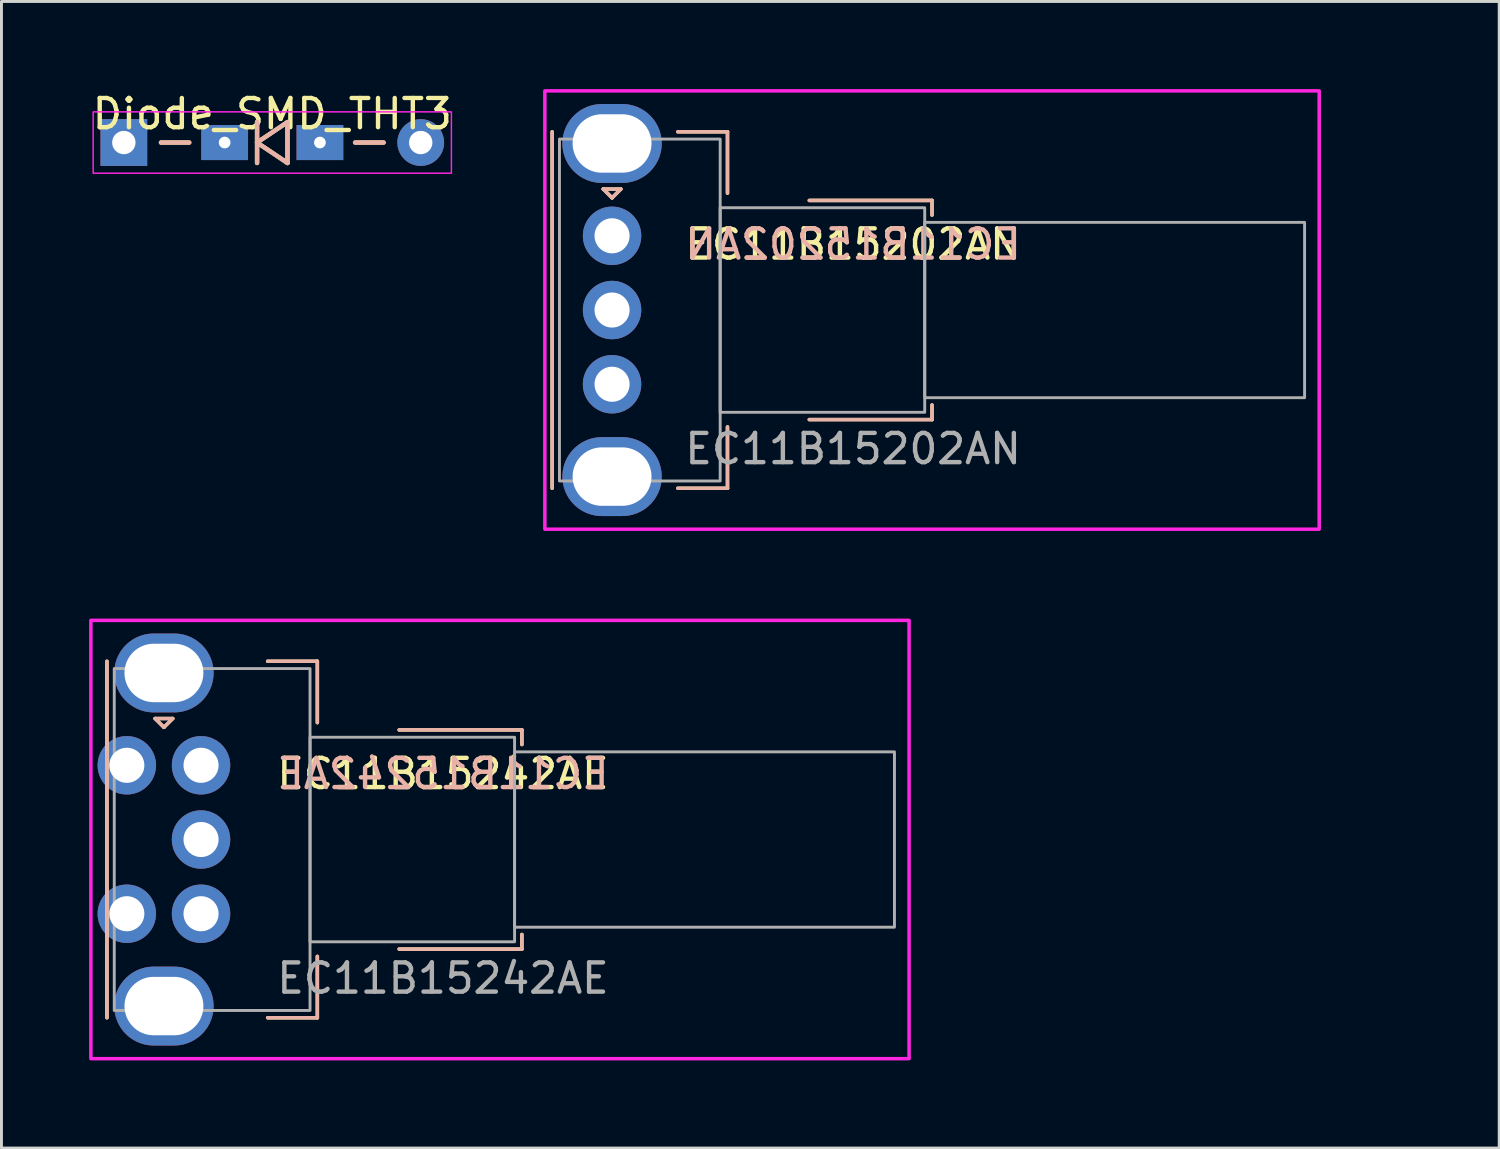
<source format=kicad_pcb>
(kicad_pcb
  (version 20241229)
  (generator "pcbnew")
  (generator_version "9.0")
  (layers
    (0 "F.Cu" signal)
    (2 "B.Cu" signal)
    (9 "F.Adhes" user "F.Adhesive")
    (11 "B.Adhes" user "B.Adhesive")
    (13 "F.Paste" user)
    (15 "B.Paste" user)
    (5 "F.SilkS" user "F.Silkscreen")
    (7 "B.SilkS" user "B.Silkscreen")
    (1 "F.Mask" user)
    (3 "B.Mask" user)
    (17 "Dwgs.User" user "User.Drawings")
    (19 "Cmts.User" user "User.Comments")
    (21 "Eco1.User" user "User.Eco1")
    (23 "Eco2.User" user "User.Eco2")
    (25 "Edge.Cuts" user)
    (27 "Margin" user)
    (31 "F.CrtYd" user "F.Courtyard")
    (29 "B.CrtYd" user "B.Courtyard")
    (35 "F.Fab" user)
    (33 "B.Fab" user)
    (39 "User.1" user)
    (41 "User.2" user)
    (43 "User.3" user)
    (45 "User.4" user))
  (footprint "EC11B15202AN"
    (layer "F.Cu")
    (at 17.896 7.56)
    (property "Reference" "EC11B15202AN" (at 8.25 -2.25 0) (unlocked yes) (layer "F.SilkS") (effects (font (size 1 1) (thickness 0.15))))
    (fp_line (start -2.05 -6.1) (end -2.05 6.1) (stroke (width 0.12) (type solid)) (layer "F.SilkS"))
    (fp_line (start -0.3 -4.14) (end 0.3 -4.14) (stroke (width 0.12) (type solid)) (layer "F.SilkS"))
    (fp_line (start 0 -3.84) (end -0.3 -4.14) (stroke (width 0.12) (type solid)) (layer "F.SilkS"))
    (fp_line (start 0.3 -4.14) (end 0 -3.84) (stroke (width 0.12) (type solid)) (layer "F.SilkS"))
    (fp_line (start 2.25 -6.1) (end 3.95 -6.1) (stroke (width 0.12) (type solid)) (layer "F.SilkS"))
    (fp_line (start 3.95 -6.1) (end 3.95 -4) (stroke (width 0.12) (type solid)) (layer "F.SilkS"))
    (fp_line (start 3.95 4) (end 3.95 6.1) (stroke (width 0.12) (type solid)) (layer "F.SilkS"))
    (fp_line (start 3.95 6.1) (end 2.25 6.1) (stroke (width 0.12) (type solid)) (layer "F.SilkS"))
    (fp_line (start 6.75 -3.75) (end 10.95 -3.75) (stroke (width 0.12) (type solid)) (layer "F.SilkS"))
    (fp_line (start 6.75 3.75) (end 10.95 3.75) (stroke (width 0.12) (type solid)) (layer "F.SilkS"))
    (fp_line (start 10.95 -3.75) (end 10.95 -3.25) (stroke (width 0.12) (type solid)) (layer "F.SilkS"))
    (fp_line (start 10.95 3.75) (end 10.95 3.25) (stroke (width 0.12) (type solid)) (layer "F.SilkS"))
    (fp_line (start -2.05 -6.1) (end -2.05 6.1) (stroke (width 0.12) (type solid)) (layer "B.SilkS"))
    (fp_line (start -0.3 -4.14) (end 0.3 -4.14) (stroke (width 0.12) (type solid)) (layer "B.SilkS"))
    (fp_line (start 0 -3.84) (end -0.3 -4.14) (stroke (width 0.12) (type solid)) (layer "B.SilkS"))
    (fp_line (start 0.3 -4.14) (end 0 -3.84) (stroke (width 0.12) (type solid)) (layer "B.SilkS"))
    (fp_line (start 2.25 -6.1) (end 3.95 -6.1) (stroke (width 0.12) (type solid)) (layer "B.SilkS"))
    (fp_line (start 3.95 -6.1) (end 3.95 -4) (stroke (width 0.12) (type solid)) (layer "B.SilkS"))
    (fp_line (start 3.95 4) (end 3.95 6.1) (stroke (width 0.12) (type solid)) (layer "B.SilkS"))
    (fp_line (start 3.95 6.1) (end 2.25 6.1) (stroke (width 0.12) (type solid)) (layer "B.SilkS"))
    (fp_line (start 6.75 -3.75) (end 10.95 -3.75) (stroke (width 0.12) (type solid)) (layer "B.SilkS"))
    (fp_line (start 6.75 3.75) (end 10.95 3.75) (stroke (width 0.12) (type solid)) (layer "B.SilkS"))
    (fp_line (start 10.95 -3.75) (end 10.95 -3.25) (stroke (width 0.12) (type solid)) (layer "B.SilkS"))
    (fp_line (start 10.95 3.75) (end 10.95 3.25) (stroke (width 0.12) (type solid)) (layer "B.SilkS"))
    (fp_rect (start 10.7 -6.9) (end 27.3 6.9) (stroke (width 0.12) (type solid)) (fill no) (layer "Eco2.User"))
    (fp_rect (start -2.3 -7.5) (end 24.2 7.5) (stroke (width 0.12) (type solid)) (fill no) (layer "F.CrtYd"))
    (fp_rect (start -1.8 -5.85) (end 3.7 5.85) (stroke (width 0.1) (type solid)) (fill no) (layer "F.Fab"))
    (fp_rect (start 3.7 -3.5) (end 10.7 3.5) (stroke (width 0.1) (type solid)) (fill no) (layer "F.Fab"))
    (fp_rect (start 10.7 -3) (end 23.7 3) (stroke (width 0.1) (type solid)) (fill no) (layer "F.Fab"))
    (fp_text user "${REFERENCE}" (at 8.25 -2.25 0) (unlocked yes) (layer "B.SilkS") (effects (font (size 1 1) (thickness 0.15)) (justify mirror)))
    (fp_text user "${REFERENCE}" (at 8.25 4.75 0) (layer "F.Fab") (effects (font (size 1 1) (thickness 0.15))))
    (pad "A" thru_hole circle (at 0 -2.54) (size 2 2) (drill 1.2) (layers "*.Cu" "*.Mask"))
    (pad "B" thru_hole circle (at 0 2.54) (size 2 2) (drill 1.2) (layers "*.Cu" "*.Mask"))
    (pad "C" thru_hole circle (at 0 0) (size 2 2) (drill 1.2) (layers "*.Cu" "*.Mask"))
    (pad "MP" thru_hole oval (at 0 -5.7) (size 3.4 2.7) (drill oval 2.7 2) (layers "*.Cu" "*.Mask"))
    (pad "MP" thru_hole oval (at 0 5.7) (size 3.4 2.7) (drill oval 2.7 2) (layers "*.Cu" "*.Mask")))
  (footprint "EC11B15242AE"
    (layer "F.Cu")
    (at 2.56 25.68)
    (property "Reference" "EC11B15242AE" (at 9.55 -2.25 0) (unlocked yes) (layer "F.SilkS") (effects (font (size 1 1) (thickness 0.15))))
    (fp_line (start -1.95 -6.1) (end -1.95 6.1) (stroke (width 0.12) (type solid)) (layer "F.SilkS"))
    (fp_line (start -0.3 -4.14) (end 0.3 -4.14) (stroke (width 0.12) (type solid)) (layer "F.SilkS"))
    (fp_line (start 0 -3.84) (end -0.3 -4.14) (stroke (width 0.12) (type solid)) (layer "F.SilkS"))
    (fp_line (start 0.3 -4.14) (end 0 -3.84) (stroke (width 0.12) (type solid)) (layer "F.SilkS"))
    (fp_line (start 3.55 -6.1) (end 5.25 -6.1) (stroke (width 0.12) (type solid)) (layer "F.SilkS"))
    (fp_line (start 5.25 -6.1) (end 5.25 -4) (stroke (width 0.12) (type solid)) (layer "F.SilkS"))
    (fp_line (start 5.25 4) (end 5.25 6.1) (stroke (width 0.12) (type solid)) (layer "F.SilkS"))
    (fp_line (start 5.25 6.1) (end 3.55 6.1) (stroke (width 0.12) (type solid)) (layer "F.SilkS"))
    (fp_line (start 8.05 -3.75) (end 12.25 -3.75) (stroke (width 0.12) (type solid)) (layer "F.SilkS"))
    (fp_line (start 8.05 3.75) (end 12.25 3.75) (stroke (width 0.12) (type solid)) (layer "F.SilkS"))
    (fp_line (start 12.25 -3.75) (end 12.25 -3.25) (stroke (width 0.12) (type solid)) (layer "F.SilkS"))
    (fp_line (start 12.25 3.75) (end 12.25 3.25) (stroke (width 0.12) (type solid)) (layer "F.SilkS"))
    (fp_line (start -1.95 -6.1) (end -1.95 6.1) (stroke (width 0.12) (type solid)) (layer "B.SilkS"))
    (fp_line (start -0.3 -4.14) (end 0.3 -4.14) (stroke (width 0.12) (type solid)) (layer "B.SilkS"))
    (fp_line (start 0 -3.84) (end -0.3 -4.14) (stroke (width 0.12) (type solid)) (layer "B.SilkS"))
    (fp_line (start 0.3 -4.14) (end 0 -3.84) (stroke (width 0.12) (type solid)) (layer "B.SilkS"))
    (fp_line (start 3.55 -6.1) (end 5.25 -6.1) (stroke (width 0.12) (type solid)) (layer "B.SilkS"))
    (fp_line (start 5.25 -6.1) (end 5.25 -4) (stroke (width 0.12) (type solid)) (layer "B.SilkS"))
    (fp_line (start 5.25 4) (end 5.25 6.1) (stroke (width 0.12) (type solid)) (layer "B.SilkS"))
    (fp_line (start 5.25 6.1) (end 3.55 6.1) (stroke (width 0.12) (type solid)) (layer "B.SilkS"))
    (fp_line (start 8.05 -3.75) (end 12.25 -3.75) (stroke (width 0.12) (type solid)) (layer "B.SilkS"))
    (fp_line (start 8.05 3.75) (end 12.25 3.75) (stroke (width 0.12) (type solid)) (layer "B.SilkS"))
    (fp_line (start 12.25 -3.75) (end 12.25 -3.25) (stroke (width 0.12) (type solid)) (layer "B.SilkS"))
    (fp_line (start 12.25 3.75) (end 12.25 3.25) (stroke (width 0.12) (type solid)) (layer "B.SilkS"))
    (fp_rect (start 12 -6.9) (end 28.6 6.9) (stroke (width 0.12) (type solid)) (fill no) (layer "Eco2.User"))
    (fp_rect (start -2.5 -7.5) (end 25.5 7.5) (stroke (width 0.12) (type solid)) (fill no) (layer "F.CrtYd"))
    (fp_rect (start -1.7 -5.85) (end 5 5.85) (stroke (width 0.1) (type solid)) (fill no) (layer "F.Fab"))
    (fp_rect (start 5 -3.5) (end 12 3.5) (stroke (width 0.1) (type solid)) (fill no) (layer "F.Fab"))
    (fp_rect (start 12 -3) (end 25 3) (stroke (width 0.1) (type solid)) (fill no) (layer "F.Fab"))
    (fp_text user "${REFERENCE}" (at 9.55 -2.25 0) (unlocked yes) (layer "B.SilkS") (effects (font (size 1 1) (thickness 0.15)) (justify mirror)))
    (fp_text user "${REFERENCE}" (at 9.55 4.75 0) (layer "F.Fab") (effects (font (size 1 1) (thickness 0.15))))
    (pad "A" thru_hole circle (at 1.27 -2.54) (size 2 2) (drill 1.2) (layers "*.Cu" "*.Mask"))
    (pad "B" thru_hole circle (at 1.27 2.54) (size 2 2) (drill 1.2) (layers "*.Cu" "*.Mask"))
    (pad "C" thru_hole circle (at 1.27 0) (size 2 2) (drill 1.2) (layers "*.Cu" "*.Mask"))
    (pad "MP" thru_hole oval (at 0 -5.7) (size 3.4 2.7) (drill oval 2.7 2) (layers "*.Cu" "*.Mask"))
    (pad "MP" thru_hole oval (at 0 5.7) (size 3.4 2.7) (drill oval 2.7 2) (layers "*.Cu" "*.Mask"))
    (pad "S1" thru_hole circle (at -1.27 -2.54) (size 2 2) (drill 1.2) (layers "*.Cu" "*.Mask"))
    (pad "S2" thru_hole circle (at -1.27 2.54) (size 2 2) (drill 1.2) (layers "*.Cu" "*.Mask")))
  (footprint "Diode_SMD_THT3"
    (layer "F.Cu")
    (at 1.188 1.828)
    (property "Reference" "Diode_SMD_THT3" (at 5.08 -0.98 0) (unlocked yes) (layer "F.SilkS") (effects (font (size 1 1) (thickness 0.15))))
    (fp_line (start 1.27 0) (end 2.24 0) (stroke (width 0.15) (type solid)) (layer "F.SilkS"))
    (fp_line (start 4.56 0) (end 5.6 -0.7) (stroke (width 0.15) (type solid)) (layer "F.SilkS"))
    (fp_line (start 4.56 0.7) (end 4.56 -0.7) (stroke (width 0.15) (type solid)) (layer "F.SilkS"))
    (fp_line (start 5.6 -0.7) (end 5.6 0.7) (stroke (width 0.15) (type solid)) (layer "F.SilkS"))
    (fp_line (start 5.6 0.7) (end 4.56 0) (stroke (width 0.15) (type solid)) (layer "F.SilkS"))
    (fp_line (start 7.92 0) (end 8.89 0) (stroke (width 0.15) (type solid)) (layer "F.SilkS"))
    (fp_line (start 1.27 0) (end 2.235 0) (stroke (width 0.15) (type solid)) (layer "B.SilkS"))
    (fp_line (start 4.559 -0.711) (end 4.559 0.699) (stroke (width 0.15) (type solid)) (layer "B.SilkS"))
    (fp_line (start 4.559 0) (end 5.601 -0.699) (stroke (width 0.15) (type solid)) (layer "B.SilkS"))
    (fp_line (start 5.601 -0.699) (end 5.601 0.699) (stroke (width 0.15) (type solid)) (layer "B.SilkS"))
    (fp_line (start 5.601 0.699) (end 4.572 0.013) (stroke (width 0.15) (type solid)) (layer "B.SilkS"))
    (fp_line (start 7.912 0) (end 8.89 0) (stroke (width 0.15) (type solid)) (layer "B.SilkS"))
    (fp_rect (start -1.05 -1.05) (end 11.21 1.05) (stroke (width 0.05) (type solid)) (fill no) (layer "F.CrtYd"))
    (pad "1" thru_hole rect (at 0 0) (size 1.6 1.6) (drill 0.8) (layers "*.Cu" "*.Mask"))
    (pad "1" thru_hole rect (at 3.45 0) (size 1.6 1.2) (drill 0.4) (layers "*.Cu" "*.Mask"))
    (pad "2" thru_hole rect (at 6.71 0) (size 1.6 1.2) (drill 0.4) (layers "*.Cu" "*.Mask"))
    (pad "2" thru_hole oval (at 10.16 0) (size 1.6 1.6) (drill 0.8) (layers "*.Cu" "*.Mask")))
  (gr_rect
    (start -3 -3)
    (end 48.256 36.24)
    (stroke (width 0.1) (type default))
    (fill no)
    (layer "Edge.Cuts")))
</source>
